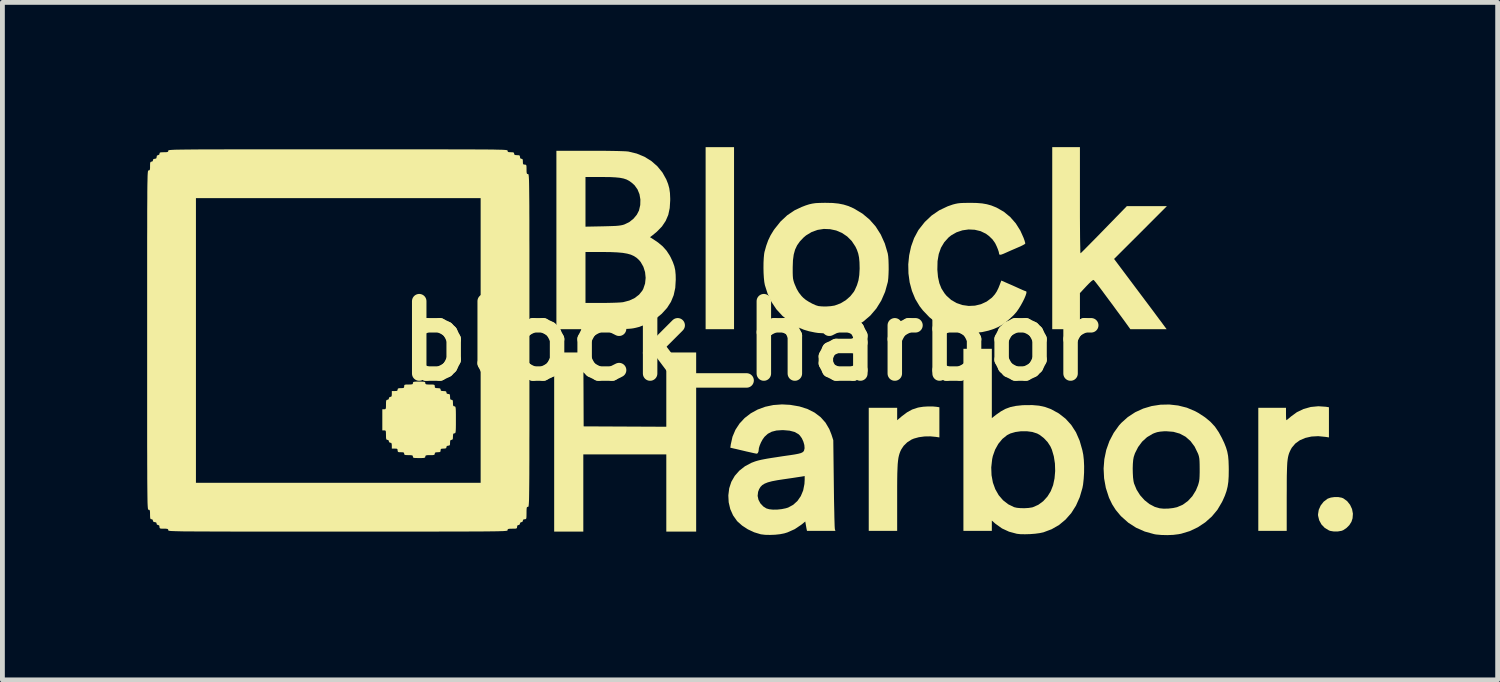
<source format=kicad_pcb>
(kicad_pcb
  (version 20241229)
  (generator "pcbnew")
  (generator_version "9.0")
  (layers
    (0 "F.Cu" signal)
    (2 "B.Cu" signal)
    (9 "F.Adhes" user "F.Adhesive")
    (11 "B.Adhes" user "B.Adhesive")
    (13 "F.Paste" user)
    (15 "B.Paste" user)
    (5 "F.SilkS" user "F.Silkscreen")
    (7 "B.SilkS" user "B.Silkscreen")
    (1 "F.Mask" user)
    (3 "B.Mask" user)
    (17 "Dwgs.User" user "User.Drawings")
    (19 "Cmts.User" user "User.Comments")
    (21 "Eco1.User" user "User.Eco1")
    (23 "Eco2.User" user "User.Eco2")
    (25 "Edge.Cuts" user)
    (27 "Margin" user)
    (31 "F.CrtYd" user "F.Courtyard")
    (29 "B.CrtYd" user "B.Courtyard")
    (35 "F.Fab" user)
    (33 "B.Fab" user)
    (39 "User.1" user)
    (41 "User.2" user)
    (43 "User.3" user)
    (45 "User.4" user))
  (footprint "block_harbor"
    (layer "F.Cu")
    (at 12.496 4.014)
    (property "Reference" "block_harbor" (at 0 0 0) (layer "F.SilkS") (effects (font (size 1.5 1.5) (thickness 0.3))))
    (attr board_only exclude_from_pos_files exclude_from_bom)
    (fp_poly (pts (xy -0.332 -2.128) (xy -0.332 -0.241) (xy -0.626 -0.241) (xy -0.921 -0.241) (xy -0.921 -2.128) (xy -0.921 -4.014) (xy -0.626 -4.014) (xy -0.332 -4.014)) (stroke (width 0) (type solid)) (fill yes) (layer "F.SilkS"))
    (fp_poly (pts (xy -3.452 1.007) (xy -3.449 1.773) (xy -2.592 1.777) (xy -1.736 1.781) (xy -1.736 1.011) (xy -1.736 0.241) (xy -1.426 0.241) (xy -1.117 0.241) (xy -1.117 2.098) (xy -1.117 3.954) (xy -1.426 3.954) (xy -1.736 3.954) (xy -1.736 3.154) (xy -1.736 2.354) (xy -2.596 2.354) (xy -3.456 2.354) (xy -3.456 3.154) (xy -3.456 3.954) (xy -3.758 3.954) (xy -4.06 3.954) (xy -4.06 2.098) (xy -4.06 0.241) (xy -3.758 0.241) (xy -3.456 0.241)) (stroke (width 0) (type solid)) (fill yes) (layer "F.SilkS"))
    (fp_poly (pts (xy 12.194 3.239) (xy 12.264 3.252) (xy 12.296 3.265) (xy 12.375 3.322) (xy 12.436 3.399) (xy 12.477 3.487) (xy 12.495 3.583) (xy 12.488 3.678) (xy 12.465 3.75) (xy 12.421 3.82) (xy 12.361 3.88) (xy 12.295 3.924) (xy 12.26 3.938) (xy 12.183 3.951) (xy 12.101 3.952) (xy 12.028 3.94) (xy 11.999 3.93) (xy 11.912 3.878) (xy 11.843 3.806) (xy 11.796 3.719) (xy 11.773 3.625) (xy 11.772 3.595) (xy 11.787 3.502) (xy 11.827 3.413) (xy 11.888 3.335) (xy 11.965 3.276) (xy 11.974 3.271) (xy 12.037 3.249) (xy 12.114 3.238)) (stroke (width 0) (type solid)) (fill yes) (layer "F.SilkS"))
    (fp_poly (pts (xy 3.794 1.361) (xy 3.867 1.368) (xy 3.924 1.377) (xy 3.924 1.69) (xy 3.924 2.002) (xy 3.852 1.991) (xy 3.736 1.98) (xy 3.615 1.982) (xy 3.498 1.998) (xy 3.396 2.026) (xy 3.346 2.047) (xy 3.257 2.104) (xy 3.183 2.177) (xy 3.133 2.253) (xy 3.114 2.293) (xy 3.099 2.333) (xy 3.086 2.377) (xy 3.075 2.427) (xy 3.067 2.485) (xy 3.06 2.556) (xy 3.056 2.641) (xy 3.052 2.744) (xy 3.05 2.868) (xy 3.049 3.015) (xy 3.049 3.188) (xy 3.049 3.254) (xy 3.049 3.939) (xy 2.754 3.939) (xy 2.46 3.939) (xy 2.46 2.664) (xy 2.46 1.388) (xy 2.754 1.388) (xy 3.049 1.388) (xy 3.049 1.517) (xy 3.049 1.646) (xy 3.146 1.563) (xy 3.254 1.482) (xy 3.359 1.424) (xy 3.47 1.387) (xy 3.499 1.38) (xy 3.591 1.366) (xy 3.694 1.36)) (stroke (width 0) (type solid)) (fill yes) (layer "F.SilkS"))
    (fp_poly (pts (xy 11.939 1.367) (xy 11.942 1.368) (xy 11.998 1.377) (xy 11.998 1.69) (xy 11.998 2.002) (xy 11.927 1.991) (xy 11.775 1.976) (xy 11.634 1.984) (xy 11.507 2.013) (xy 11.395 2.061) (xy 11.301 2.129) (xy 11.229 2.214) (xy 11.205 2.257) (xy 11.187 2.295) (xy 11.172 2.331) (xy 11.16 2.37) (xy 11.15 2.412) (xy 11.142 2.462) (xy 11.135 2.523) (xy 11.131 2.597) (xy 11.128 2.687) (xy 11.125 2.796) (xy 11.124 2.927) (xy 11.124 3.083) (xy 11.123 3.233) (xy 11.123 3.939) (xy 10.829 3.939) (xy 10.534 3.939) (xy 10.534 2.664) (xy 10.534 1.388) (xy 10.821 1.388) (xy 11.108 1.388) (xy 11.108 1.517) (xy 11.109 1.575) (xy 11.111 1.619) (xy 11.115 1.643) (xy 11.117 1.645) (xy 11.131 1.636) (xy 11.162 1.611) (xy 11.203 1.576) (xy 11.211 1.569) (xy 11.334 1.479) (xy 11.472 1.413) (xy 11.622 1.371) (xy 11.779 1.356)) (stroke (width 0) (type solid)) (fill yes) (layer "F.SilkS"))
    (fp_poly (pts (xy 6.837 -2.912) (xy 6.837 -2.732) (xy 6.837 -2.562) (xy 6.838 -2.403) (xy 6.839 -2.259) (xy 6.84 -2.13) (xy 6.842 -2.02) (xy 6.844 -1.931) (xy 6.845 -1.866) (xy 6.847 -1.826) (xy 6.849 -1.814) (xy 6.862 -1.825) (xy 6.894 -1.856) (xy 6.942 -1.904) (xy 7.005 -1.968) (xy 7.08 -2.044) (xy 7.166 -2.131) (xy 7.259 -2.226) (xy 7.336 -2.305) (xy 7.81 -2.792) (xy 8.225 -2.792) (xy 8.64 -2.792) (xy 8.093 -2.244) (xy 7.545 -1.697) (xy 8.003 -1.086) (xy 8.096 -0.962) (xy 8.186 -0.842) (xy 8.271 -0.729) (xy 8.349 -0.625) (xy 8.417 -0.533) (xy 8.474 -0.456) (xy 8.518 -0.398) (xy 8.546 -0.361) (xy 8.547 -0.358) (xy 8.634 -0.241) (xy 8.258 -0.241) (xy 7.882 -0.241) (xy 7.816 -0.333) (xy 7.778 -0.386) (xy 7.726 -0.457) (xy 7.662 -0.544) (xy 7.591 -0.64) (xy 7.516 -0.743) (xy 7.439 -0.846) (xy 7.365 -0.946) (xy 7.297 -1.038) (xy 7.264 -1.082) (xy 7.217 -1.144) (xy 7.175 -1.198) (xy 7.143 -1.238) (xy 7.123 -1.26) (xy 7.12 -1.262) (xy 7.102 -1.256) (xy 7.067 -1.229) (xy 7.018 -1.182) (xy 6.969 -1.131) (xy 6.837 -0.989) (xy 6.837 -0.615) (xy 6.837 -0.241) (xy 6.55 -0.241) (xy 6.263 -0.241) (xy 6.263 -2.128) (xy 6.263 -4.014) (xy 6.55 -4.014) (xy 6.837 -4.014)) (stroke (width 0) (type solid)) (fill yes) (layer "F.SilkS"))
    (fp_poly (pts (xy 5.011 0.884) (xy 5.011 1.602) (xy 5.097 1.534) (xy 5.198 1.463) (xy 5.295 1.41) (xy 5.396 1.373) (xy 5.509 1.349) (xy 5.642 1.335) (xy 5.69 1.333) (xy 5.851 1.332) (xy 5.99 1.344) (xy 6.114 1.371) (xy 6.23 1.413) (xy 6.241 1.418) (xy 6.401 1.506) (xy 6.54 1.615) (xy 6.658 1.745) (xy 6.755 1.896) (xy 6.831 2.07) (xy 6.887 2.266) (xy 6.906 2.36) (xy 6.918 2.468) (xy 6.924 2.595) (xy 6.923 2.73) (xy 6.915 2.862) (xy 6.902 2.981) (xy 6.889 3.049) (xy 6.833 3.241) (xy 6.755 3.416) (xy 6.657 3.571) (xy 6.539 3.705) (xy 6.404 3.817) (xy 6.251 3.905) (xy 6.083 3.968) (xy 6.08 3.969) (xy 6.005 3.985) (xy 5.91 3.998) (xy 5.806 4.006) (xy 5.703 4.009) (xy 5.609 4.008) (xy 5.535 4) (xy 5.532 4) (xy 5.368 3.956) (xy 5.221 3.888) (xy 5.089 3.794) (xy 5.081 3.787) (xy 5.011 3.725) (xy 5.011 3.832) (xy 5.011 3.939) (xy 4.716 3.939) (xy 4.422 3.939) (xy 4.422 2.624) (xy 4.999 2.624) (xy 5.005 2.786) (xy 5.033 2.938) (xy 5.083 3.076) (xy 5.153 3.199) (xy 5.243 3.304) (xy 5.351 3.388) (xy 5.474 3.448) (xy 5.531 3.461) (xy 5.606 3.468) (xy 5.691 3.469) (xy 5.773 3.464) (xy 5.844 3.453) (xy 5.863 3.448) (xy 5.974 3.399) (xy 6.076 3.324) (xy 6.164 3.227) (xy 6.232 3.117) (xy 6.281 2.992) (xy 6.311 2.85) (xy 6.324 2.698) (xy 6.319 2.543) (xy 6.296 2.394) (xy 6.256 2.257) (xy 6.225 2.188) (xy 6.168 2.1) (xy 6.091 2.018) (xy 6.005 1.951) (xy 5.95 1.921) (xy 5.85 1.889) (xy 5.736 1.874) (xy 5.617 1.874) (xy 5.5 1.89) (xy 5.396 1.92) (xy 5.327 1.955) (xy 5.23 2.033) (xy 5.146 2.135) (xy 5.079 2.255) (xy 5.032 2.388) (xy 5.018 2.453) (xy 4.999 2.624) (xy 4.422 2.624) (xy 4.422 2.053) (xy 4.422 0.166) (xy 4.716 0.166) (xy 5.011 0.166)) (stroke (width 0) (type solid)) (fill yes) (layer "F.SilkS"))
    (fp_poly (pts (xy 8.874 1.341) (xy 9.053 1.386) (xy 9.224 1.458) (xy 9.297 1.498) (xy 9.432 1.587) (xy 9.542 1.678) (xy 9.635 1.778) (xy 9.714 1.894) (xy 9.78 2.015) (xy 9.829 2.119) (xy 9.865 2.21) (xy 9.891 2.297) (xy 9.908 2.386) (xy 9.917 2.486) (xy 9.921 2.604) (xy 9.922 2.671) (xy 9.92 2.808) (xy 9.913 2.922) (xy 9.898 3.021) (xy 9.875 3.114) (xy 9.842 3.208) (xy 9.797 3.31) (xy 9.78 3.344) (xy 9.688 3.5) (xy 9.572 3.64) (xy 9.435 3.762) (xy 9.281 3.864) (xy 9.113 3.944) (xy 8.935 3.998) (xy 8.882 4.008) (xy 8.771 4.022) (xy 8.648 4.027) (xy 8.526 4.024) (xy 8.415 4.014) (xy 8.376 4.007) (xy 8.181 3.953) (xy 8.002 3.874) (xy 7.84 3.77) (xy 7.695 3.641) (xy 7.676 3.621) (xy 7.58 3.506) (xy 7.505 3.388) (xy 7.442 3.257) (xy 7.437 3.244) (xy 7.374 3.049) (xy 7.338 2.85) (xy 7.328 2.65) (xy 7.328 2.644) (xy 7.931 2.644) (xy 7.933 2.741) (xy 7.938 2.833) (xy 7.948 2.91) (xy 7.958 2.955) (xy 8.011 3.084) (xy 8.084 3.2) (xy 8.174 3.301) (xy 8.277 3.383) (xy 8.389 3.442) (xy 8.49 3.471) (xy 8.573 3.479) (xy 8.67 3.477) (xy 8.767 3.466) (xy 8.85 3.448) (xy 8.969 3.397) (xy 9.075 3.32) (xy 9.167 3.22) (xy 9.241 3.1) (xy 9.285 2.993) (xy 9.298 2.949) (xy 9.308 2.907) (xy 9.314 2.86) (xy 9.317 2.801) (xy 9.319 2.724) (xy 9.319 2.656) (xy 9.318 2.564) (xy 9.316 2.495) (xy 9.312 2.443) (xy 9.305 2.403) (xy 9.295 2.366) (xy 9.282 2.332) (xy 9.214 2.192) (xy 9.129 2.078) (xy 9.027 1.988) (xy 8.908 1.924) (xy 8.775 1.886) (xy 8.626 1.874) (xy 8.58 1.875) (xy 8.5 1.882) (xy 8.438 1.893) (xy 8.379 1.913) (xy 8.342 1.929) (xy 8.228 1.997) (xy 8.127 2.089) (xy 8.043 2.202) (xy 7.978 2.33) (xy 7.952 2.407) (xy 7.941 2.468) (xy 7.934 2.55) (xy 7.931 2.644) (xy 7.328 2.644) (xy 7.343 2.453) (xy 7.383 2.261) (xy 7.448 2.078) (xy 7.537 1.908) (xy 7.648 1.753) (xy 7.696 1.7) (xy 7.831 1.579) (xy 7.983 1.48) (xy 8.149 1.404) (xy 8.324 1.352) (xy 8.506 1.324) (xy 8.69 1.32)) (stroke (width 0) (type solid)) (fill yes) (layer "F.SilkS"))
    (fp_poly (pts (xy 1.712 -2.857) (xy 1.832 -2.845) (xy 1.938 -2.824) (xy 2.039 -2.793) (xy 2.141 -2.748) (xy 2.162 -2.737) (xy 2.33 -2.636) (xy 2.477 -2.513) (xy 2.604 -2.369) (xy 2.709 -2.203) (xy 2.793 -2.017) (xy 2.854 -1.811) (xy 2.863 -1.754) (xy 2.869 -1.674) (xy 2.872 -1.581) (xy 2.873 -1.481) (xy 2.87 -1.384) (xy 2.865 -1.298) (xy 2.857 -1.229) (xy 2.854 -1.215) (xy 2.799 -1.016) (xy 2.719 -0.833) (xy 2.617 -0.669) (xy 2.493 -0.524) (xy 2.348 -0.4) (xy 2.185 -0.298) (xy 2.003 -0.22) (xy 2 -0.219) (xy 1.865 -0.184) (xy 1.714 -0.162) (xy 1.559 -0.154) (xy 1.41 -0.163) (xy 1.343 -0.173) (xy 1.219 -0.199) (xy 1.115 -0.23) (xy 1.022 -0.268) (xy 0.93 -0.32) (xy 0.83 -0.388) (xy 0.823 -0.393) (xy 0.672 -0.516) (xy 0.547 -0.652) (xy 0.445 -0.805) (xy 0.364 -0.976) (xy 0.307 -1.155) (xy 0.295 -1.22) (xy 0.286 -1.307) (xy 0.28 -1.409) (xy 0.278 -1.502) (xy 0.884 -1.502) (xy 0.884 -1.412) (xy 0.886 -1.346) (xy 0.89 -1.295) (xy 0.898 -1.255) (xy 0.909 -1.216) (xy 0.924 -1.173) (xy 0.926 -1.17) (xy 0.967 -1.075) (xy 1.012 -0.999) (xy 1.066 -0.93) (xy 1.104 -0.891) (xy 1.154 -0.85) (xy 1.221 -0.807) (xy 1.295 -0.767) (xy 1.365 -0.736) (xy 1.419 -0.72) (xy 1.492 -0.713) (xy 1.58 -0.712) (xy 1.67 -0.718) (xy 1.746 -0.73) (xy 1.758 -0.733) (xy 1.874 -0.776) (xy 1.983 -0.841) (xy 2.077 -0.923) (xy 2.151 -1.016) (xy 2.171 -1.052) (xy 2.216 -1.153) (xy 2.247 -1.254) (xy 2.264 -1.364) (xy 2.271 -1.491) (xy 2.271 -1.509) (xy 2.268 -1.628) (xy 2.259 -1.726) (xy 2.242 -1.809) (xy 2.215 -1.887) (xy 2.183 -1.954) (xy 2.107 -2.069) (xy 2.013 -2.163) (xy 1.905 -2.236) (xy 1.785 -2.287) (xy 1.658 -2.314) (xy 1.529 -2.319) (xy 1.4 -2.299) (xy 1.277 -2.255) (xy 1.161 -2.185) (xy 1.108 -2.14) (xy 1.033 -2.061) (xy 0.975 -1.979) (xy 0.933 -1.89) (xy 0.905 -1.788) (xy 0.889 -1.668) (xy 0.884 -1.525) (xy 0.884 -1.502) (xy 0.278 -1.502) (xy 0.278 -1.517) (xy 0.279 -1.623) (xy 0.284 -1.72) (xy 0.292 -1.801) (xy 0.299 -1.841) (xy 0.336 -1.973) (xy 0.376 -2.084) (xy 0.425 -2.186) (xy 0.487 -2.288) (xy 0.509 -2.319) (xy 0.632 -2.473) (xy 0.77 -2.602) (xy 0.923 -2.705) (xy 1.067 -2.773) (xy 1.152 -2.806) (xy 1.224 -2.829) (xy 1.29 -2.844) (xy 1.359 -2.854) (xy 1.439 -2.858) (xy 1.539 -2.86) (xy 1.57 -2.86)) (stroke (width 0) (type solid)) (fill yes) (layer "F.SilkS"))
    (fp_poly (pts (xy 4.699 -2.857) (xy 4.81 -2.848) (xy 4.907 -2.831) (xy 4.998 -2.806) (xy 5.09 -2.769) (xy 5.113 -2.759) (xy 5.26 -2.675) (xy 5.392 -2.566) (xy 5.507 -2.435) (xy 5.602 -2.284) (xy 5.67 -2.132) (xy 5.688 -2.081) (xy 5.7 -2.039) (xy 5.705 -2.018) (xy 5.692 -2.004) (xy 5.657 -1.984) (xy 5.605 -1.958) (xy 5.565 -1.941) (xy 5.489 -1.908) (xy 5.408 -1.873) (xy 5.336 -1.841) (xy 5.316 -1.832) (xy 5.248 -1.802) (xy 5.203 -1.786) (xy 5.176 -1.784) (xy 5.164 -1.795) (xy 5.161 -1.81) (xy 5.155 -1.843) (xy 5.138 -1.894) (xy 5.114 -1.953) (xy 5.086 -2.012) (xy 5.076 -2.03) (xy 5.024 -2.103) (xy 4.951 -2.173) (xy 4.888 -2.22) (xy 4.778 -2.273) (xy 4.656 -2.302) (xy 4.529 -2.308) (xy 4.401 -2.29) (xy 4.279 -2.249) (xy 4.169 -2.186) (xy 4.115 -2.143) (xy 4.025 -2.043) (xy 3.957 -1.929) (xy 3.911 -1.799) (xy 3.886 -1.652) (xy 3.882 -1.484) (xy 3.882 -1.473) (xy 3.895 -1.323) (xy 3.923 -1.195) (xy 3.967 -1.084) (xy 4.03 -0.985) (xy 4.071 -0.935) (xy 4.169 -0.847) (xy 4.282 -0.782) (xy 4.404 -0.741) (xy 4.532 -0.723) (xy 4.661 -0.729) (xy 4.786 -0.759) (xy 4.903 -0.813) (xy 5.008 -0.891) (xy 5.026 -0.909) (xy 5.074 -0.964) (xy 5.113 -1.023) (xy 5.149 -1.096) (xy 5.177 -1.167) (xy 5.208 -1.249) (xy 5.354 -1.185) (xy 5.43 -1.152) (xy 5.508 -1.117) (xy 5.576 -1.086) (xy 5.602 -1.074) (xy 5.654 -1.051) (xy 5.696 -1.034) (xy 5.72 -1.026) (xy 5.721 -1.026) (xy 5.73 -1.014) (xy 5.725 -0.981) (xy 5.709 -0.932) (xy 5.683 -0.871) (xy 5.649 -0.803) (xy 5.61 -0.732) (xy 5.568 -0.664) (xy 5.525 -0.602) (xy 5.464 -0.533) (xy 5.385 -0.458) (xy 5.298 -0.386) (xy 5.212 -0.325) (xy 5.148 -0.288) (xy 5.053 -0.247) (xy 4.942 -0.211) (xy 4.828 -0.185) (xy 4.809 -0.181) (xy 4.75 -0.175) (xy 4.671 -0.171) (xy 4.582 -0.169) (xy 4.493 -0.169) (xy 4.415 -0.172) (xy 4.369 -0.176) (xy 4.194 -0.213) (xy 4.025 -0.278) (xy 3.866 -0.37) (xy 3.717 -0.489) (xy 3.58 -0.633) (xy 3.515 -0.717) (xy 3.425 -0.866) (xy 3.356 -1.033) (xy 3.308 -1.211) (xy 3.283 -1.397) (xy 3.279 -1.586) (xy 3.298 -1.774) (xy 3.338 -1.956) (xy 3.4 -2.129) (xy 3.484 -2.286) (xy 3.498 -2.307) (xy 3.621 -2.463) (xy 3.762 -2.596) (xy 3.921 -2.705) (xy 4.096 -2.788) (xy 4.206 -2.826) (xy 4.257 -2.839) (xy 4.307 -2.849) (xy 4.361 -2.855) (xy 4.428 -2.858) (xy 4.514 -2.859) (xy 4.565 -2.86)) (stroke (width 0) (type solid)) (fill yes) (layer "F.SilkS"))
    (fp_poly (pts (xy -3.316 -3.939) (xy -3.154 -3.939) (xy -3.004 -3.938) (xy -2.868 -3.936) (xy -2.75 -3.934) (xy -2.653 -3.931) (xy -2.579 -3.928) (xy -2.532 -3.924) (xy -2.522 -3.923) (xy -2.349 -3.881) (xy -2.189 -3.815) (xy -2.045 -3.726) (xy -1.92 -3.616) (xy -1.815 -3.487) (xy -1.736 -3.345) (xy -1.699 -3.251) (xy -1.674 -3.161) (xy -1.66 -3.063) (xy -1.655 -2.949) (xy -1.655 -2.913) (xy -1.665 -2.752) (xy -1.695 -2.611) (xy -1.749 -2.485) (xy -1.826 -2.37) (xy -1.931 -2.262) (xy -2.022 -2.187) (xy -2.074 -2.148) (xy -2.029 -2.12) (xy -1.908 -2.039) (xy -1.811 -1.958) (xy -1.733 -1.871) (xy -1.669 -1.774) (xy -1.646 -1.732) (xy -1.601 -1.635) (xy -1.57 -1.549) (xy -1.551 -1.464) (xy -1.542 -1.368) (xy -1.54 -1.268) (xy -1.55 -1.098) (xy -1.583 -0.946) (xy -1.639 -0.809) (xy -1.72 -0.682) (xy -1.829 -0.562) (xy -1.831 -0.56) (xy -1.973 -0.443) (xy -2.13 -0.353) (xy -2.303 -0.287) (xy -2.357 -0.273) (xy -2.388 -0.266) (xy -2.418 -0.26) (xy -2.451 -0.255) (xy -2.489 -0.251) (xy -2.535 -0.248) (xy -2.591 -0.246) (xy -2.662 -0.244) (xy -2.75 -0.243) (xy -2.858 -0.242) (xy -2.988 -0.242) (xy -3.143 -0.241) (xy -3.251 -0.241) (xy -4.014 -0.241) (xy -4.014 -1.841) (xy -3.411 -1.841) (xy -3.411 -1.313) (xy -3.411 -0.785) (xy -3.069 -0.785) (xy -2.963 -0.786) (xy -2.861 -0.788) (xy -2.77 -0.791) (xy -2.694 -0.795) (xy -2.64 -0.8) (xy -2.627 -0.802) (xy -2.502 -0.835) (xy -2.392 -0.887) (xy -2.301 -0.956) (xy -2.234 -1.039) (xy -2.214 -1.075) (xy -2.176 -1.187) (xy -2.164 -1.305) (xy -2.176 -1.423) (xy -2.211 -1.535) (xy -2.268 -1.635) (xy -2.304 -1.677) (xy -2.352 -1.721) (xy -2.407 -1.757) (xy -2.471 -1.786) (xy -2.547 -1.807) (xy -2.639 -1.823) (xy -2.751 -1.833) (xy -2.886 -1.839) (xy -3.047 -1.841) (xy -3.065 -1.841) (xy -3.411 -1.841) (xy -4.014 -1.841) (xy -4.014 -2.09) (xy -4.014 -3.396) (xy -3.411 -3.396) (xy -3.411 -2.881) (xy -3.411 -2.366) (xy -3.052 -2.373) (xy -2.936 -2.376) (xy -2.846 -2.379) (xy -2.776 -2.382) (xy -2.722 -2.387) (xy -2.68 -2.393) (xy -2.645 -2.4) (xy -2.611 -2.41) (xy -2.596 -2.416) (xy -2.501 -2.463) (xy -2.416 -2.531) (xy -2.347 -2.614) (xy -2.302 -2.701) (xy -2.276 -2.814) (xy -2.273 -2.929) (xy -2.292 -3.039) (xy -2.333 -3.139) (xy -2.393 -3.223) (xy -2.401 -3.231) (xy -2.453 -3.277) (xy -2.504 -3.314) (xy -2.559 -3.343) (xy -2.622 -3.364) (xy -2.698 -3.379) (xy -2.791 -3.388) (xy -2.904 -3.394) (xy -3.043 -3.395) (xy -3.075 -3.396) (xy -3.411 -3.396) (xy -4.014 -3.396) (xy -4.014 -3.939)) (stroke (width 0) (type solid)) (fill yes) (layer "F.SilkS"))
    (fp_poly (pts (xy 0.832 1.327) (xy 1.023 1.36) (xy 1.192 1.414) (xy 1.338 1.488) (xy 1.462 1.582) (xy 1.564 1.696) (xy 1.643 1.831) (xy 1.686 1.939) (xy 1.725 2.06) (xy 1.736 2.966) (xy 1.738 3.129) (xy 1.74 3.284) (xy 1.743 3.428) (xy 1.746 3.558) (xy 1.748 3.672) (xy 1.751 3.766) (xy 1.753 3.838) (xy 1.756 3.885) (xy 1.758 3.905) (xy 1.769 3.939) (xy 1.474 3.939) (xy 1.18 3.939) (xy 1.171 3.898) (xy 1.163 3.853) (xy 1.154 3.803) (xy 1.154 3.8) (xy 1.144 3.745) (xy 1.062 3.812) (xy 0.925 3.904) (xy 0.774 3.971) (xy 0.709 3.991) (xy 0.622 4.008) (xy 0.52 4.019) (xy 0.414 4.023) (xy 0.313 4.021) (xy 0.23 4.011) (xy 0.219 4.009) (xy 0.084 3.968) (xy -0.046 3.907) (xy -0.164 3.83) (xy -0.262 3.743) (xy -0.271 3.733) (xy -0.352 3.618) (xy -0.41 3.488) (xy -0.443 3.347) (xy -0.45 3.214) (xy 0.157 3.214) (xy 0.174 3.294) (xy 0.214 3.369) (xy 0.274 3.433) (xy 0.339 3.474) (xy 0.398 3.491) (xy 0.475 3.499) (xy 0.564 3.498) (xy 0.656 3.488) (xy 0.74 3.471) (xy 0.789 3.456) (xy 0.894 3.399) (xy 0.983 3.318) (xy 1.052 3.218) (xy 1.101 3.1) (xy 1.127 2.967) (xy 1.132 2.879) (xy 1.132 2.803) (xy 1.068 2.814) (xy 1.033 2.819) (xy 0.974 2.828) (xy 0.897 2.84) (xy 0.808 2.853) (xy 0.712 2.867) (xy 0.704 2.868) (xy 0.567 2.889) (xy 0.456 2.91) (xy 0.369 2.933) (xy 0.302 2.96) (xy 0.252 2.991) (xy 0.215 3.029) (xy 0.187 3.076) (xy 0.166 3.132) (xy 0.166 3.135) (xy 0.157 3.214) (xy -0.45 3.214) (xy -0.45 3.2) (xy -0.432 3.056) (xy -0.388 2.922) (xy -0.317 2.799) (xy -0.223 2.692) (xy -0.106 2.6) (xy 0.029 2.528) (xy 0.104 2.5) (xy 0.142 2.488) (xy 0.183 2.477) (xy 0.23 2.466) (xy 0.286 2.455) (xy 0.355 2.442) (xy 0.441 2.428) (xy 0.546 2.412) (xy 0.675 2.392) (xy 0.829 2.37) (xy 0.83 2.37) (xy 0.927 2.355) (xy 0.999 2.341) (xy 1.049 2.328) (xy 1.083 2.313) (xy 1.105 2.296) (xy 1.118 2.277) (xy 1.13 2.226) (xy 1.125 2.16) (xy 1.105 2.089) (xy 1.073 2.019) (xy 1.031 1.961) (xy 1.003 1.934) (xy 0.923 1.889) (xy 0.819 1.862) (xy 0.69 1.851) (xy 0.664 1.851) (xy 0.546 1.859) (xy 0.449 1.884) (xy 0.369 1.926) (xy 0.301 1.988) (xy 0.297 1.993) (xy 0.261 2.043) (xy 0.227 2.105) (xy 0.2 2.169) (xy 0.183 2.224) (xy 0.181 2.246) (xy 0.175 2.293) (xy 0.16 2.327) (xy 0.141 2.339) (xy 0.119 2.336) (xy 0.074 2.327) (xy 0.013 2.313) (xy -0.059 2.297) (xy -0.064 2.296) (xy -0.144 2.277) (xy -0.221 2.259) (xy -0.287 2.243) (xy -0.329 2.234) (xy -0.409 2.215) (xy -0.399 2.145) (xy -0.364 1.988) (xy -0.303 1.844) (xy -0.218 1.714) (xy -0.112 1.6) (xy 0.014 1.503) (xy 0.156 1.425) (xy 0.313 1.367) (xy 0.482 1.331) (xy 0.662 1.318)) (stroke (width 0) (type solid)) (fill yes) (layer "F.SilkS"))
    (fp_poly (pts (xy -6.797 0.846) (xy -6.759 0.848) (xy -6.739 0.854) (xy -6.732 0.865) (xy -6.731 0.875) (xy -6.728 0.892) (xy -6.714 0.901) (xy -6.684 0.905) (xy -6.633 0.906) (xy -6.58 0.906) (xy -6.551 0.91) (xy -6.538 0.919) (xy -6.535 0.937) (xy -6.535 0.943) (xy -6.532 0.968) (xy -6.516 0.978) (xy -6.48 0.981) (xy -6.475 0.981) (xy -6.435 0.984) (xy -6.418 0.994) (xy -6.414 1.011) (xy -6.409 1.031) (xy -6.389 1.04) (xy -6.354 1.041) (xy -6.314 1.044) (xy -6.297 1.054) (xy -6.293 1.072) (xy -6.285 1.095) (xy -6.256 1.102) (xy -6.231 1.105) (xy -6.221 1.121) (xy -6.218 1.157) (xy -6.218 1.162) (xy -6.215 1.202) (xy -6.205 1.219) (xy -6.188 1.222) (xy -6.169 1.227) (xy -6.16 1.245) (xy -6.158 1.285) (xy -6.158 1.29) (xy -6.156 1.333) (xy -6.147 1.353) (xy -6.13 1.358) (xy -6.127 1.358) (xy -6.117 1.36) (xy -6.109 1.366) (xy -6.104 1.382) (xy -6.1 1.411) (xy -6.098 1.457) (xy -6.097 1.525) (xy -6.097 1.618) (xy -6.097 1.637) (xy -6.097 1.736) (xy -6.098 1.808) (xy -6.1 1.857) (xy -6.103 1.889) (xy -6.108 1.907) (xy -6.115 1.915) (xy -6.125 1.917) (xy -6.127 1.917) (xy -6.146 1.921) (xy -6.155 1.94) (xy -6.158 1.98) (xy -6.158 1.985) (xy -6.16 2.027) (xy -6.168 2.047) (xy -6.186 2.052) (xy -6.188 2.053) (xy -6.208 2.058) (xy -6.216 2.078) (xy -6.218 2.113) (xy -6.22 2.152) (xy -6.23 2.169) (xy -6.252 2.173) (xy -6.256 2.173) (xy -6.285 2.18) (xy -6.293 2.203) (xy -6.298 2.223) (xy -6.319 2.232) (xy -6.354 2.234) (xy -6.393 2.236) (xy -6.41 2.245) (xy -6.414 2.268) (xy -6.414 2.271) (xy -6.417 2.296) (xy -6.433 2.306) (xy -6.469 2.309) (xy -6.475 2.309) (xy -6.514 2.312) (xy -6.531 2.322) (xy -6.535 2.339) (xy -6.538 2.356) (xy -6.552 2.365) (xy -6.582 2.369) (xy -6.633 2.369) (xy -6.686 2.37) (xy -6.716 2.375) (xy -6.728 2.384) (xy -6.731 2.4) (xy -6.733 2.414) (xy -6.745 2.423) (xy -6.77 2.428) (xy -6.816 2.43) (xy -6.859 2.43) (xy -6.922 2.429) (xy -6.96 2.427) (xy -6.98 2.421) (xy -6.987 2.41) (xy -6.988 2.4) (xy -6.991 2.383) (xy -7.005 2.374) (xy -7.038 2.37) (xy -7.078 2.369) (xy -7.129 2.368) (xy -7.156 2.364) (xy -7.167 2.353) (xy -7.169 2.339) (xy -7.173 2.32) (xy -7.192 2.311) (xy -7.232 2.309) (xy -7.237 2.309) (xy -7.279 2.308) (xy -7.298 2.3) (xy -7.304 2.282) (xy -7.305 2.271) (xy -7.308 2.247) (xy -7.323 2.236) (xy -7.36 2.234) (xy -7.365 2.234) (xy -7.425 2.234) (xy -7.425 2.173) (xy -7.428 2.134) (xy -7.438 2.116) (xy -7.455 2.113) (xy -7.481 2.102) (xy -7.486 2.083) (xy -7.496 2.057) (xy -7.516 2.053) (xy -7.532 2.049) (xy -7.541 2.036) (xy -7.545 2.005) (xy -7.546 1.954) (xy -7.547 1.902) (xy -7.55 1.872) (xy -7.56 1.859) (xy -7.578 1.856) (xy -7.584 1.856) (xy -7.622 1.856) (xy -7.622 1.637) (xy -7.622 1.419) (xy -7.584 1.419) (xy -7.563 1.417) (xy -7.552 1.407) (xy -7.547 1.383) (xy -7.546 1.337) (xy -7.546 1.321) (xy -7.545 1.267) (xy -7.541 1.238) (xy -7.531 1.225) (xy -7.516 1.222) (xy -7.491 1.212) (xy -7.486 1.192) (xy -7.475 1.167) (xy -7.455 1.162) (xy -7.436 1.157) (xy -7.427 1.137) (xy -7.425 1.102) (xy -7.425 1.041) (xy -7.365 1.041) (xy -7.325 1.039) (xy -7.308 1.029) (xy -7.305 1.011) (xy -7.3 0.992) (xy -7.282 0.983) (xy -7.242 0.981) (xy -7.237 0.981) (xy -7.195 0.979) (xy -7.175 0.972) (xy -7.169 0.953) (xy -7.169 0.943) (xy -7.167 0.922) (xy -7.156 0.911) (xy -7.13 0.906) (xy -7.081 0.906) (xy -7.078 0.906) (xy -7.028 0.904) (xy -7 0.9) (xy -6.989 0.889) (xy -6.988 0.875) (xy -6.985 0.861) (xy -6.974 0.852) (xy -6.948 0.847) (xy -6.902 0.845) (xy -6.859 0.845)) (stroke (width 0) (type solid)) (fill yes) (layer "F.SilkS"))
    (fp_poly (pts (xy -8.158 -3.969) (xy -7.803 -3.969) (xy -7.476 -3.969) (xy -7.175 -3.969) (xy -6.901 -3.969) (xy -6.65 -3.969) (xy -6.423 -3.969) (xy -6.218 -3.968) (xy -6.035 -3.968) (xy -5.871 -3.968) (xy -5.726 -3.967) (xy -5.598 -3.966) (xy -5.487 -3.966) (xy -5.392 -3.965) (xy -5.31 -3.964) (xy -5.242 -3.962) (xy -5.186 -3.961) (xy -5.14 -3.96) (xy -5.104 -3.958) (xy -5.076 -3.956) (xy -5.056 -3.954) (xy -5.042 -3.952) (xy -5.033 -3.949) (xy -5.028 -3.946) (xy -5.026 -3.943) (xy -5.026 -3.94) (xy -5.026 -3.939) (xy -5.021 -3.92) (xy -5.003 -3.911) (xy -4.963 -3.909) (xy -4.958 -3.909) (xy -4.915 -3.907) (xy -4.895 -3.899) (xy -4.89 -3.881) (xy -4.89 -3.879) (xy -4.885 -3.859) (xy -4.864 -3.85) (xy -4.829 -3.848) (xy -4.791 -3.846) (xy -4.773 -3.837) (xy -4.769 -3.814) (xy -4.769 -3.811) (xy -4.762 -3.781) (xy -4.739 -3.773) (xy -4.719 -3.768) (xy -4.71 -3.748) (xy -4.709 -3.713) (xy -4.707 -3.674) (xy -4.697 -3.656) (xy -4.674 -3.652) (xy -4.671 -3.652) (xy -4.651 -3.651) (xy -4.639 -3.641) (xy -4.634 -3.616) (xy -4.633 -3.57) (xy -4.633 -3.554) (xy -4.632 -3.501) (xy -4.628 -3.472) (xy -4.619 -3.459) (xy -4.603 -3.456) (xy -4.6 -3.456) (xy -4.597 -3.454) (xy -4.594 -3.451) (xy -4.591 -3.443) (xy -4.589 -3.431) (xy -4.587 -3.413) (xy -4.585 -3.388) (xy -4.583 -3.355) (xy -4.581 -3.312) (xy -4.58 -3.26) (xy -4.579 -3.195) (xy -4.578 -3.118) (xy -4.577 -3.026) (xy -4.576 -2.92) (xy -4.575 -2.798) (xy -4.575 -2.658) (xy -4.574 -2.499) (xy -4.574 -2.321) (xy -4.574 -2.122) (xy -4.573 -1.901) (xy -4.573 -1.657) (xy -4.573 -1.389) (xy -4.573 -1.095) (xy -4.573 -0.774) (xy -4.573 -0.426) (xy -4.573 -0.049) (xy -4.573 -0.008) (xy -4.573 0.373) (xy -4.573 0.724) (xy -4.573 1.047) (xy -4.573 1.344) (xy -4.573 1.615) (xy -4.573 1.862) (xy -4.574 2.085) (xy -4.574 2.286) (xy -4.574 2.466) (xy -4.575 2.627) (xy -4.575 2.769) (xy -4.576 2.893) (xy -4.577 3.001) (xy -4.578 3.094) (xy -4.579 3.172) (xy -4.58 3.238) (xy -4.581 3.292) (xy -4.583 3.336) (xy -4.585 3.37) (xy -4.587 3.396) (xy -4.589 3.414) (xy -4.591 3.427) (xy -4.594 3.435) (xy -4.596 3.439) (xy -4.599 3.441) (xy -4.603 3.441) (xy -4.603 3.441) (xy -4.618 3.443) (xy -4.627 3.454) (xy -4.631 3.48) (xy -4.633 3.526) (xy -4.633 3.569) (xy -4.634 3.631) (xy -4.636 3.669) (xy -4.642 3.689) (xy -4.653 3.696) (xy -4.671 3.698) (xy -4.701 3.705) (xy -4.709 3.728) (xy -4.719 3.753) (xy -4.739 3.758) (xy -4.764 3.769) (xy -4.769 3.788) (xy -4.78 3.813) (xy -4.799 3.818) (xy -4.823 3.827) (xy -4.829 3.856) (xy -4.831 3.876) (xy -4.841 3.888) (xy -4.865 3.893) (xy -4.912 3.894) (xy -4.928 3.894) (xy -4.981 3.895) (xy -5.01 3.899) (xy -5.023 3.908) (xy -5.026 3.924) (xy -5.026 3.927) (xy -5.027 3.93) (xy -5.031 3.933) (xy -5.039 3.936) (xy -5.051 3.938) (xy -5.068 3.94) (xy -5.093 3.942) (xy -5.126 3.944) (xy -5.168 3.945) (xy -5.22 3.947) (xy -5.284 3.948) (xy -5.361 3.949) (xy -5.451 3.95) (xy -5.556 3.951) (xy -5.678 3.952) (xy -5.816 3.952) (xy -5.973 3.953) (xy -6.149 3.953) (xy -6.346 3.953) (xy -6.565 3.954) (xy -6.807 3.954) (xy -7.073 3.954) (xy -7.364 3.954) (xy -7.681 3.954) (xy -8.026 3.954) (xy -8.399 3.954) (xy -8.542 3.954) (xy -8.926 3.954) (xy -9.281 3.954) (xy -9.608 3.954) (xy -9.909 3.954) (xy -10.184 3.954) (xy -10.434 3.954) (xy -10.661 3.954) (xy -10.866 3.953) (xy -11.05 3.953) (xy -11.213 3.952) (xy -11.358 3.952) (xy -11.486 3.951) (xy -11.597 3.95) (xy -11.692 3.95) (xy -11.774 3.949) (xy -11.842 3.947) (xy -11.899 3.946) (xy -11.944 3.944) (xy -11.98 3.943) (xy -12.008 3.941) (xy -12.028 3.939) (xy -12.042 3.937) (xy -12.051 3.934) (xy -12.056 3.931) (xy -12.058 3.928) (xy -12.059 3.925) (xy -12.059 3.924) (xy -12.062 3.907) (xy -12.076 3.898) (xy -12.109 3.894) (xy -12.149 3.894) (xy -12.199 3.893) (xy -12.226 3.889) (xy -12.238 3.878) (xy -12.24 3.857) (xy -12.24 3.856) (xy -12.247 3.826) (xy -12.27 3.818) (xy -12.295 3.808) (xy -12.3 3.788) (xy -12.309 3.764) (xy -12.338 3.758) (xy -12.367 3.751) (xy -12.376 3.728) (xy -12.386 3.703) (xy -12.406 3.698) (xy -12.422 3.695) (xy -12.431 3.681) (xy -12.435 3.65) (xy -12.436 3.599) (xy -12.437 3.546) (xy -12.441 3.517) (xy -12.451 3.504) (xy -12.466 3.501) (xy -12.469 3.501) (xy -12.472 3.5) (xy -12.475 3.496) (xy -12.478 3.488) (xy -12.48 3.476) (xy -12.482 3.459) (xy -12.484 3.434) (xy -12.486 3.401) (xy -12.488 3.359) (xy -12.489 3.307) (xy -12.49 3.243) (xy -12.491 3.166) (xy -12.492 3.076) (xy -12.493 2.971) (xy -12.494 2.849) (xy -12.494 2.711) (xy -12.495 2.554) (xy -12.495 2.378) (xy -12.496 2.181) (xy -12.496 1.962) (xy -12.496 1.72) (xy -12.496 1.454) (xy -12.496 1.163) (xy -12.496 0.846) (xy -12.496 0.501) (xy -12.496 0.128) (xy -12.496 -0.015) (xy -12.496 -0.399) (xy -12.496 -0.754) (xy -12.496 -1.081) (xy -12.496 -1.382) (xy -12.496 -1.657) (xy -12.496 -1.907) (xy -12.496 -2.134) (xy -12.495 -2.339) (xy -12.495 -2.522) (xy -12.495 -2.686) (xy -12.494 -2.831) (xy -12.493 -2.958) (xy -11.485 -2.958) (xy -11.485 -0.008) (xy -11.485 2.943) (xy -8.535 2.943) (xy -5.584 2.943) (xy -5.584 -0.008) (xy -5.584 -2.958) (xy -8.535 -2.958) (xy -11.485 -2.958) (xy -12.493 -2.958) (xy -12.493 -2.959) (xy -12.493 -3.07) (xy -12.492 -3.165) (xy -12.491 -3.247) (xy -12.489 -3.315) (xy -12.488 -3.372) (xy -12.487 -3.417) (xy -12.485 -3.453) (xy -12.483 -3.481) (xy -12.481 -3.501) (xy -12.479 -3.515) (xy -12.476 -3.524) (xy -12.473 -3.529) (xy -12.471 -3.531) (xy -12.467 -3.532) (xy -12.466 -3.532) (xy -12.449 -3.535) (xy -12.44 -3.549) (xy -12.436 -3.582) (xy -12.436 -3.622) (xy -12.435 -3.673) (xy -12.43 -3.7) (xy -12.419 -3.711) (xy -12.406 -3.713) (xy -12.38 -3.723) (xy -12.376 -3.743) (xy -12.367 -3.767) (xy -12.338 -3.773) (xy -12.309 -3.779) (xy -12.3 -3.804) (xy -12.3 -3.811) (xy -12.293 -3.84) (xy -12.27 -3.848) (xy -12.245 -3.859) (xy -12.24 -3.879) (xy -12.236 -3.896) (xy -12.222 -3.905) (xy -12.189 -3.908) (xy -12.149 -3.909) (xy -12.099 -3.91) (xy -12.071 -3.915) (xy -12.06 -3.926) (xy -12.059 -3.939) (xy -12.058 -3.942) (xy -12.057 -3.945) (xy -12.053 -3.948) (xy -12.046 -3.951) (xy -12.034 -3.953) (xy -12.016 -3.955) (xy -11.991 -3.957) (xy -11.958 -3.959) (xy -11.916 -3.961) (xy -11.864 -3.962) (xy -11.8 -3.963) (xy -11.724 -3.964) (xy -11.633 -3.965) (xy -11.528 -3.966) (xy -11.407 -3.967) (xy -11.268 -3.967) (xy -11.111 -3.968) (xy -10.935 -3.968) (xy -10.738 -3.969) (xy -10.519 -3.969) (xy -10.277 -3.969) (xy -10.012 -3.969) (xy -9.721 -3.969) (xy -9.403 -3.969) (xy -9.058 -3.969) (xy -8.685 -3.969) (xy -8.542 -3.969)) (stroke (width 0) (type solid)) (fill yes) (layer "F.SilkS")))
  (gr_rect
    (start -3 -3)
    (end 27.991 11.042)
    (stroke (width 0.1) (type default))
    (fill no)
    (layer "Edge.Cuts")))
</source>
